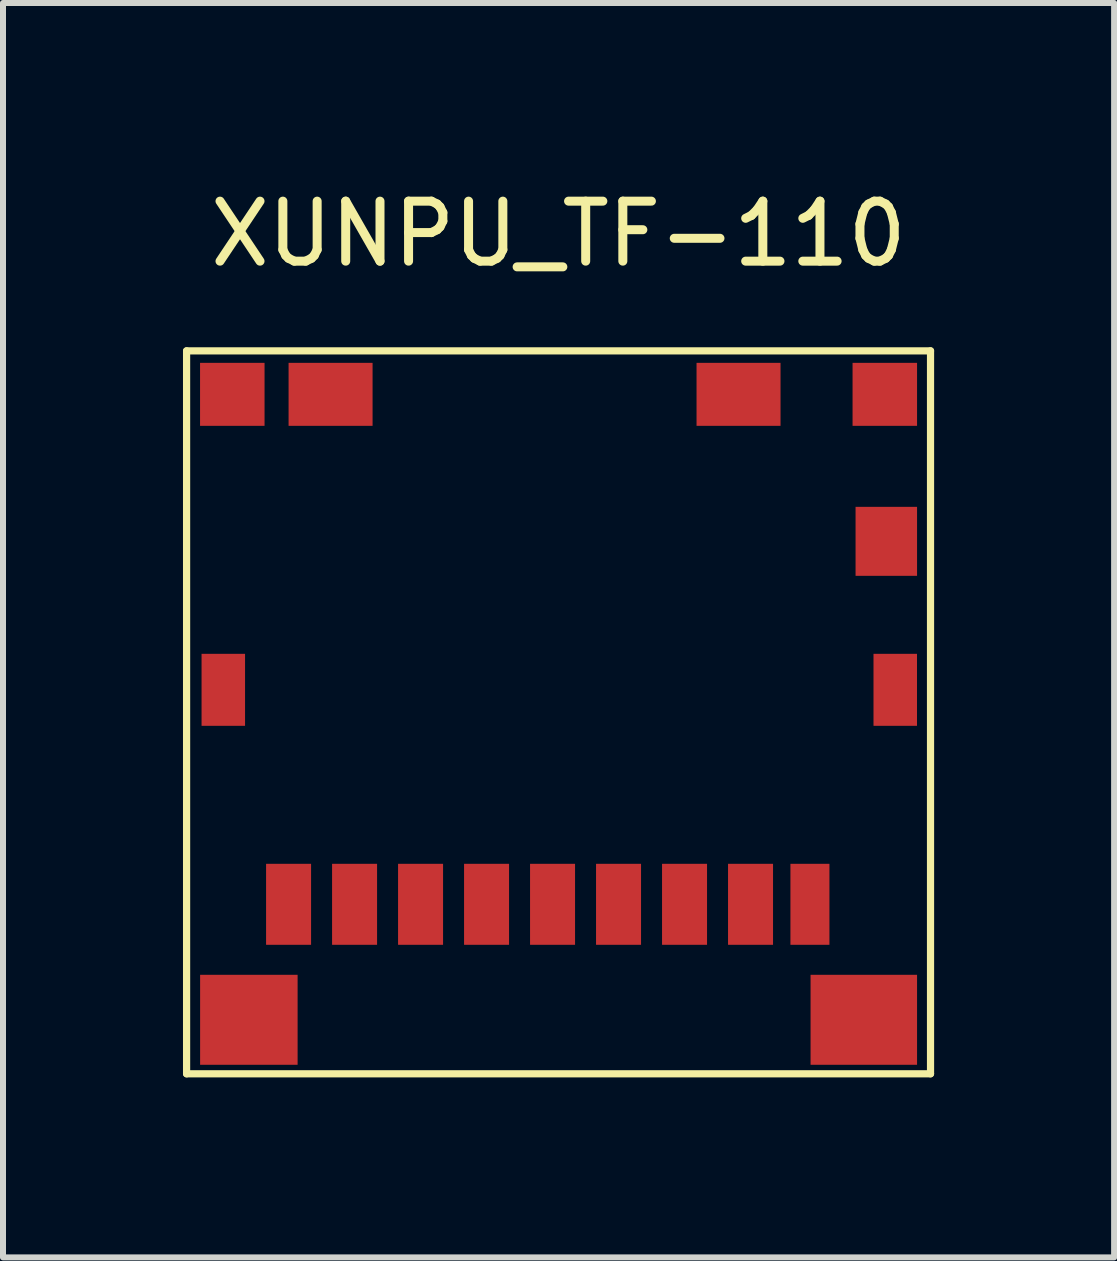
<source format=kicad_pcb>
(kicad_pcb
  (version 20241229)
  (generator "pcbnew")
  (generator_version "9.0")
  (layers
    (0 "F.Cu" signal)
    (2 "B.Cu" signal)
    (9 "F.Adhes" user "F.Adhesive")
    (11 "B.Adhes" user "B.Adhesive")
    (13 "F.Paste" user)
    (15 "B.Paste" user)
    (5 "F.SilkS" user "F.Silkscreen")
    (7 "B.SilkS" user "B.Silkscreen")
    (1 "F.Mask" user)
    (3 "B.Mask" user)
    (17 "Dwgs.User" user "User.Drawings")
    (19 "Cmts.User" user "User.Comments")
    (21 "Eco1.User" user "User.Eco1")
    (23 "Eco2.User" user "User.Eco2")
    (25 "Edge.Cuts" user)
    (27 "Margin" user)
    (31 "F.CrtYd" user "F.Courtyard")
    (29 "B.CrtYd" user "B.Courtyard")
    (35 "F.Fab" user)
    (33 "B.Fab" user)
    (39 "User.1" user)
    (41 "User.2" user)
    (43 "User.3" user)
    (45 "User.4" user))
  (footprint "XUNPU_TF-110"
    (layer "F.Cu")
    (at 6.26 2.998)
    (property "Reference" "XUNPU_TF-110" (at 0 -2.15 0) (layer "F.SilkS") (effects (font (size 1 1) (thickness 0.15))))
    (attr through_hole)
    (fp_line (start -6.2 -0.2) (end -6.2 11.85) (stroke (width 0.12) (type solid)) (layer "F.SilkS"))
    (fp_line (start -6.2 11.85) (end 6.2 11.85) (stroke (width 0.12) (type solid)) (layer "F.SilkS"))
    (fp_line (start 6.2 -0.2) (end -6.2 -0.2) (stroke (width 0.12) (type solid)) (layer "F.SilkS"))
    (fp_line (start 6.2 11.85) (end 6.2 -0.2) (stroke (width 0.12) (type solid)) (layer "F.SilkS"))
    (pad "1" smd rect (at 3.2 9.025) (size 0.75 1.35) (layers "F.Cu" "F.Mask" "F.Paste"))
    (pad "2" smd rect (at 2.1 9.025) (size 0.75 1.35) (layers "F.Cu" "F.Mask" "F.Paste"))
    (pad "3" smd rect (at 1 9.025) (size 0.75 1.35) (layers "F.Cu" "F.Mask" "F.Paste"))
    (pad "4" smd rect (at -0.1 9.025) (size 0.75 1.35) (layers "F.Cu" "F.Mask" "F.Paste"))
    (pad "5" smd rect (at -1.2 9.025) (size 0.75 1.35) (layers "F.Cu" "F.Mask" "F.Paste"))
    (pad "6" smd rect (at -2.3 9.025) (size 0.75 1.35) (layers "F.Cu" "F.Mask" "F.Paste"))
    (pad "7" smd rect (at -3.4 9.025) (size 0.75 1.35) (layers "F.Cu" "F.Mask" "F.Paste"))
    (pad "8" smd rect (at -4.5 9.025) (size 0.75 1.35) (layers "F.Cu" "F.Mask" "F.Paste"))
    (pad "9" smd rect (at 4.19 9.025) (size 0.65 1.35) (layers "F.Cu" "F.Mask" "F.Paste"))
    (pad "10" smd rect (at 5.463 2.975) (size 1.025 1.15) (layers "F.Cu" "F.Mask" "F.Paste"))
    (pad "11" smd rect (at 5.438 0.525) (size 1.075 1.05) (layers "F.Cu" "F.Mask" "F.Paste"))
    (pad "12" smd rect (at 3 0.525) (size 1.4 1.05) (layers "F.Cu" "F.Mask" "F.Paste"))
    (pad "13" smd rect (at -3.8 0.525) (size 1.4 1.05) (layers "F.Cu" "F.Mask" "F.Paste"))
    (pad "14" smd rect (at -5.438 0.525) (size 1.075 1.05) (layers "F.Cu" "F.Mask" "F.Paste"))
    (pad "15" smd rect (at -5.588 5.45) (size 0.725 1.2) (layers "F.Cu" "F.Mask" "F.Paste"))
    (pad "16" smd rect (at -5.162 10.95) (size 1.625 1.5) (layers "F.Cu" "F.Mask" "F.Paste"))
    (pad "17" smd rect (at 5.088 10.95) (size 1.775 1.5) (layers "F.Cu" "F.Mask" "F.Paste"))
    (pad "18" smd rect (at 5.612 5.45) (size 0.725 1.2) (layers "F.Cu" "F.Mask" "F.Paste")))
  (gr_rect
    (start -3 -3)
    (end 15.52 17.908)
    (stroke (width 0.1) (type default))
    (fill no)
    (layer "Edge.Cuts")))
</source>
